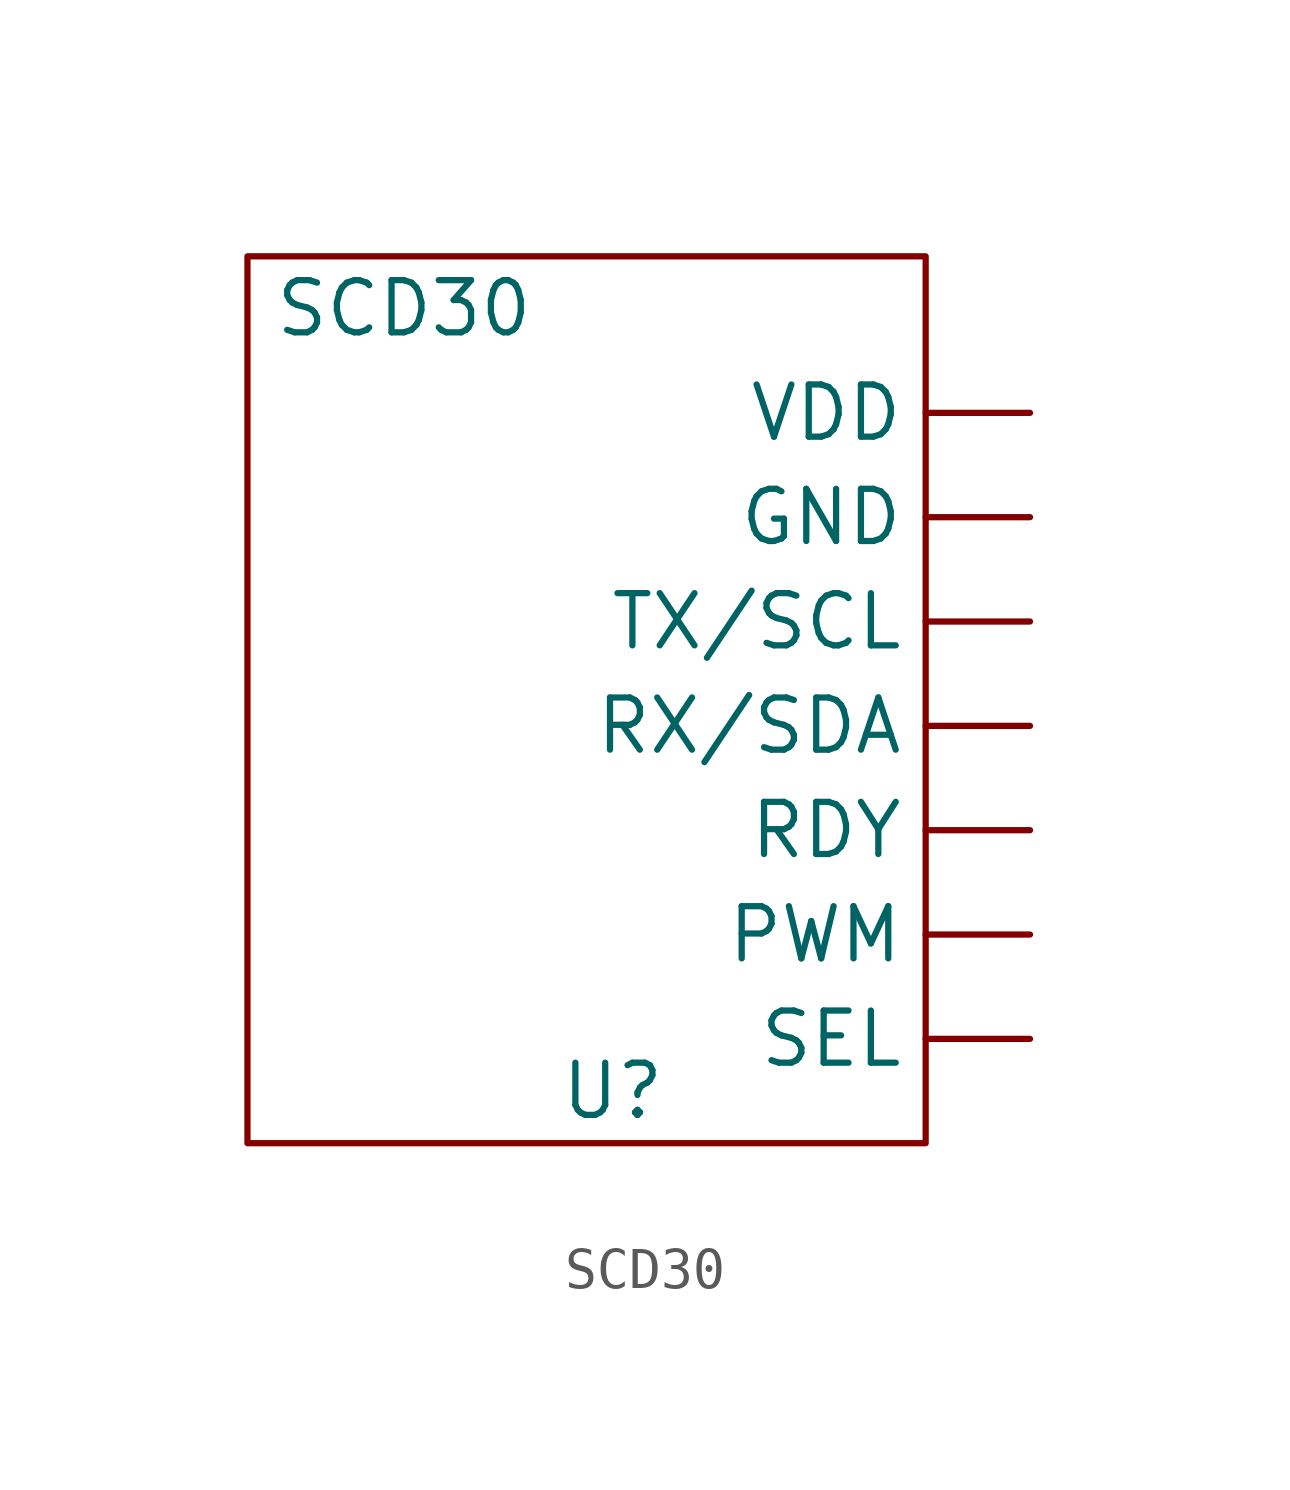
<source format=kicad_sym>
(kicad_symbol_lib
  (version 20211014)
  (generator kicad_symbol_editor)
  (symbol "SCD30"
    (property "Reference" "U"
      (at 0 -10.16 0)
      (effects (font (size 1.27 1.27))))
    (property "Value" "SCD30"
      (at -5.08 8.89 0)
      (effects (font (size 1.27 1.27))))
    (symbol "SCD30_0_1"
      (rectangle (start -8.89 10.16) (end 7.62 -11.43) (stroke (width 0.152) (type default) (color 0 0 0 0)) (fill (type none))))
    (symbol "SCD30_1_1"
      (pin power_in line (at 10.16 3.81 180) (length 2.54) (name "GND" (effects (font (size 1.27 1.27)))) (number "" (effects (font (size 1.27 1.27)))))
      (pin output line (at 10.16 -6.35 180) (length 2.54) (name "PWM" (effects (font (size 1.27 1.27)))) (number "" (effects (font (size 1.27 1.27)))))
      (pin output line (at 10.16 -3.81 180) (length 2.54) (name "RDY" (effects (font (size 1.27 1.27)))) (number "" (effects (font (size 1.27 1.27)))))
      (pin bidirectional line (at 10.16 -1.27 180) (length 2.54) (name "RX/SDA" (effects (font (size 1.27 1.27)))) (number "" (effects (font (size 1.27 1.27)))))
      (pin input line (at 10.16 -8.89 180) (length 2.54) (name "SEL" (effects (font (size 1.27 1.27)))) (number "" (effects (font (size 1.27 1.27)))))
      (pin input line (at 10.16 1.27 180) (length 2.54) (name "TX/SCL" (effects (font (size 1.27 1.27)))) (number "" (effects (font (size 1.27 1.27)))))
      (pin power_in line (at 10.16 6.35 180) (length 2.54) (name "VDD" (effects (font (size 1.27 1.27)))) (number "" (effects (font (size 1.27 1.27))))))))
</source>
